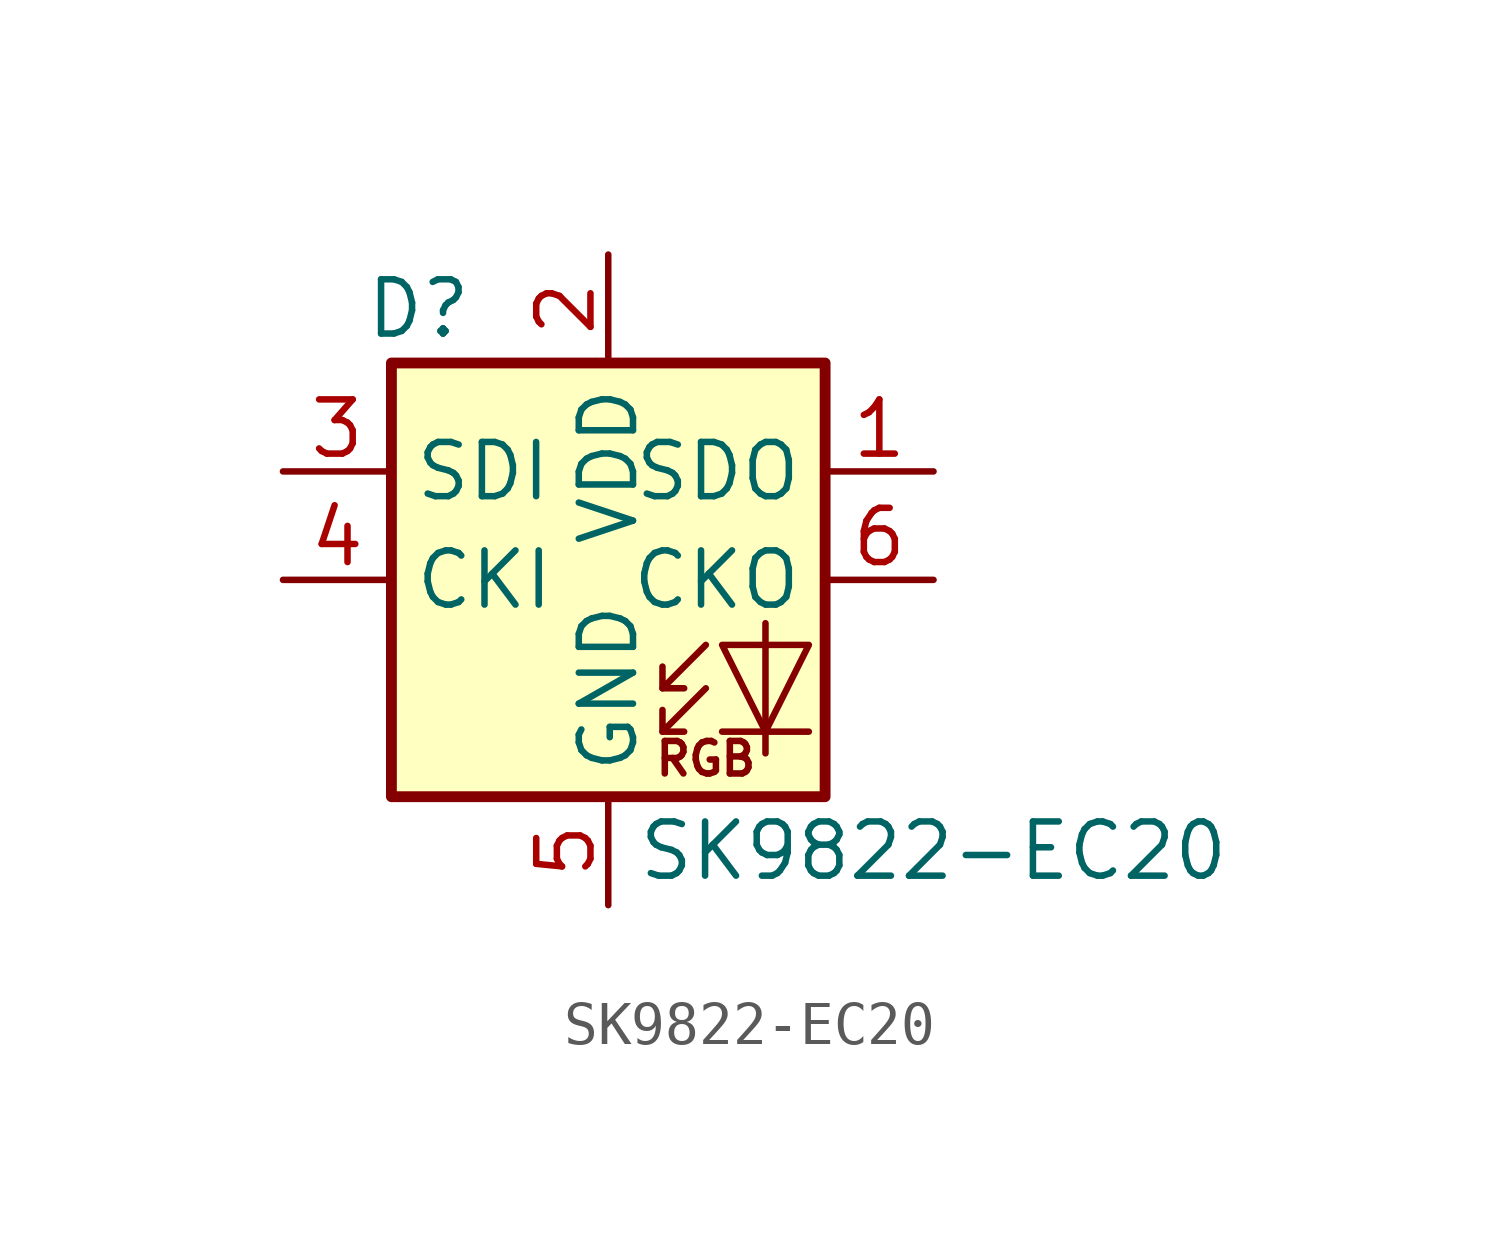
<source format=kicad_sym>
(kicad_symbol_lib
  (version 20211014)
  (generator kicad_symbol_editor)
  (symbol "SK9822-EC20"
    (property "Reference" "D"
      (at -4.445 5.08 0)
      (effects (font (size 1.27 1.27))))
    (property "Value" "SK9822-EC20"
      (at 7.62 -7.62 0)
      (effects (font (size 1.27 1.27))))
    (symbol "SK9822-EC20_0_0"
      (text "RGB" (at 2.286 -5.461 0) (effects (font (size 0.762 0.762)))))
    (symbol "SK9822-EC20_0_1"
      (polyline (pts (xy 1.27 -4.826) (xy 1.778 -4.826)) (stroke (width 0) (type default) (color 0 0 0 0)) (fill (type none)))
      (polyline (pts (xy 1.27 -3.81) (xy 1.778 -3.81)) (stroke (width 0) (type default) (color 0 0 0 0)) (fill (type none)))
      (polyline (pts (xy 4.699 -4.826) (xy 2.667 -4.826)) (stroke (width 0) (type default) (color 0 0 0 0)) (fill (type none)))
      (polyline (pts (xy 2.286 -3.81) (xy 1.27 -4.826) (xy 1.27 -4.318)) (stroke (width 0) (type default) (color 0 0 0 0)) (fill (type none)))
      (polyline (pts (xy 2.286 -2.794) (xy 1.27 -3.81) (xy 1.27 -3.302)) (stroke (width 0) (type default) (color 0 0 0 0)) (fill (type none)))
      (polyline (pts (xy 3.683 -2.286) (xy 3.683 -4.826) (xy 3.683 -5.334)) (stroke (width 0) (type default) (color 0 0 0 0)) (fill (type none)))
      (polyline (pts (xy 4.699 -2.794) (xy 2.667 -2.794) (xy 3.683 -4.826) (xy 4.699 -2.794)) (stroke (width 0) (type default) (color 0 0 0 0)) (fill (type none)))
      (rectangle (start 5.08 3.81) (end -5.08 -6.35) (stroke (width 0.254) (type default) (color 0 0 0 0)) (fill (type background))))
    (symbol "SK9822-EC20_1_1"
      (pin output line (at 7.62 1.27 180) (length 2.54) (name "SDO" (effects (font (size 1.27 1.27)))) (number "1" (effects (font (size 1.27 1.27)))))
      (pin power_in line (at 0 6.35 270) (length 2.54) (name "VDD" (effects (font (size 1.27 1.27)))) (number "2" (effects (font (size 1.27 1.27)))))
      (pin input line (at -7.62 1.27 0) (length 2.54) (name "SDI" (effects (font (size 1.27 1.27)))) (number "3" (effects (font (size 1.27 1.27)))))
      (pin input line (at -7.62 -1.27 0) (length 2.54) (name "CKI" (effects (font (size 1.27 1.27)))) (number "4" (effects (font (size 1.27 1.27)))))
      (pin power_in line (at 0 -8.89 90) (length 2.54) (name "GND" (effects (font (size 1.27 1.27)))) (number "5" (effects (font (size 1.27 1.27)))))
      (pin output line (at 7.62 -1.27 180) (length 2.54) (name "CKO" (effects (font (size 1.27 1.27)))) (number "6" (effects (font (size 1.27 1.27))))))))
</source>
